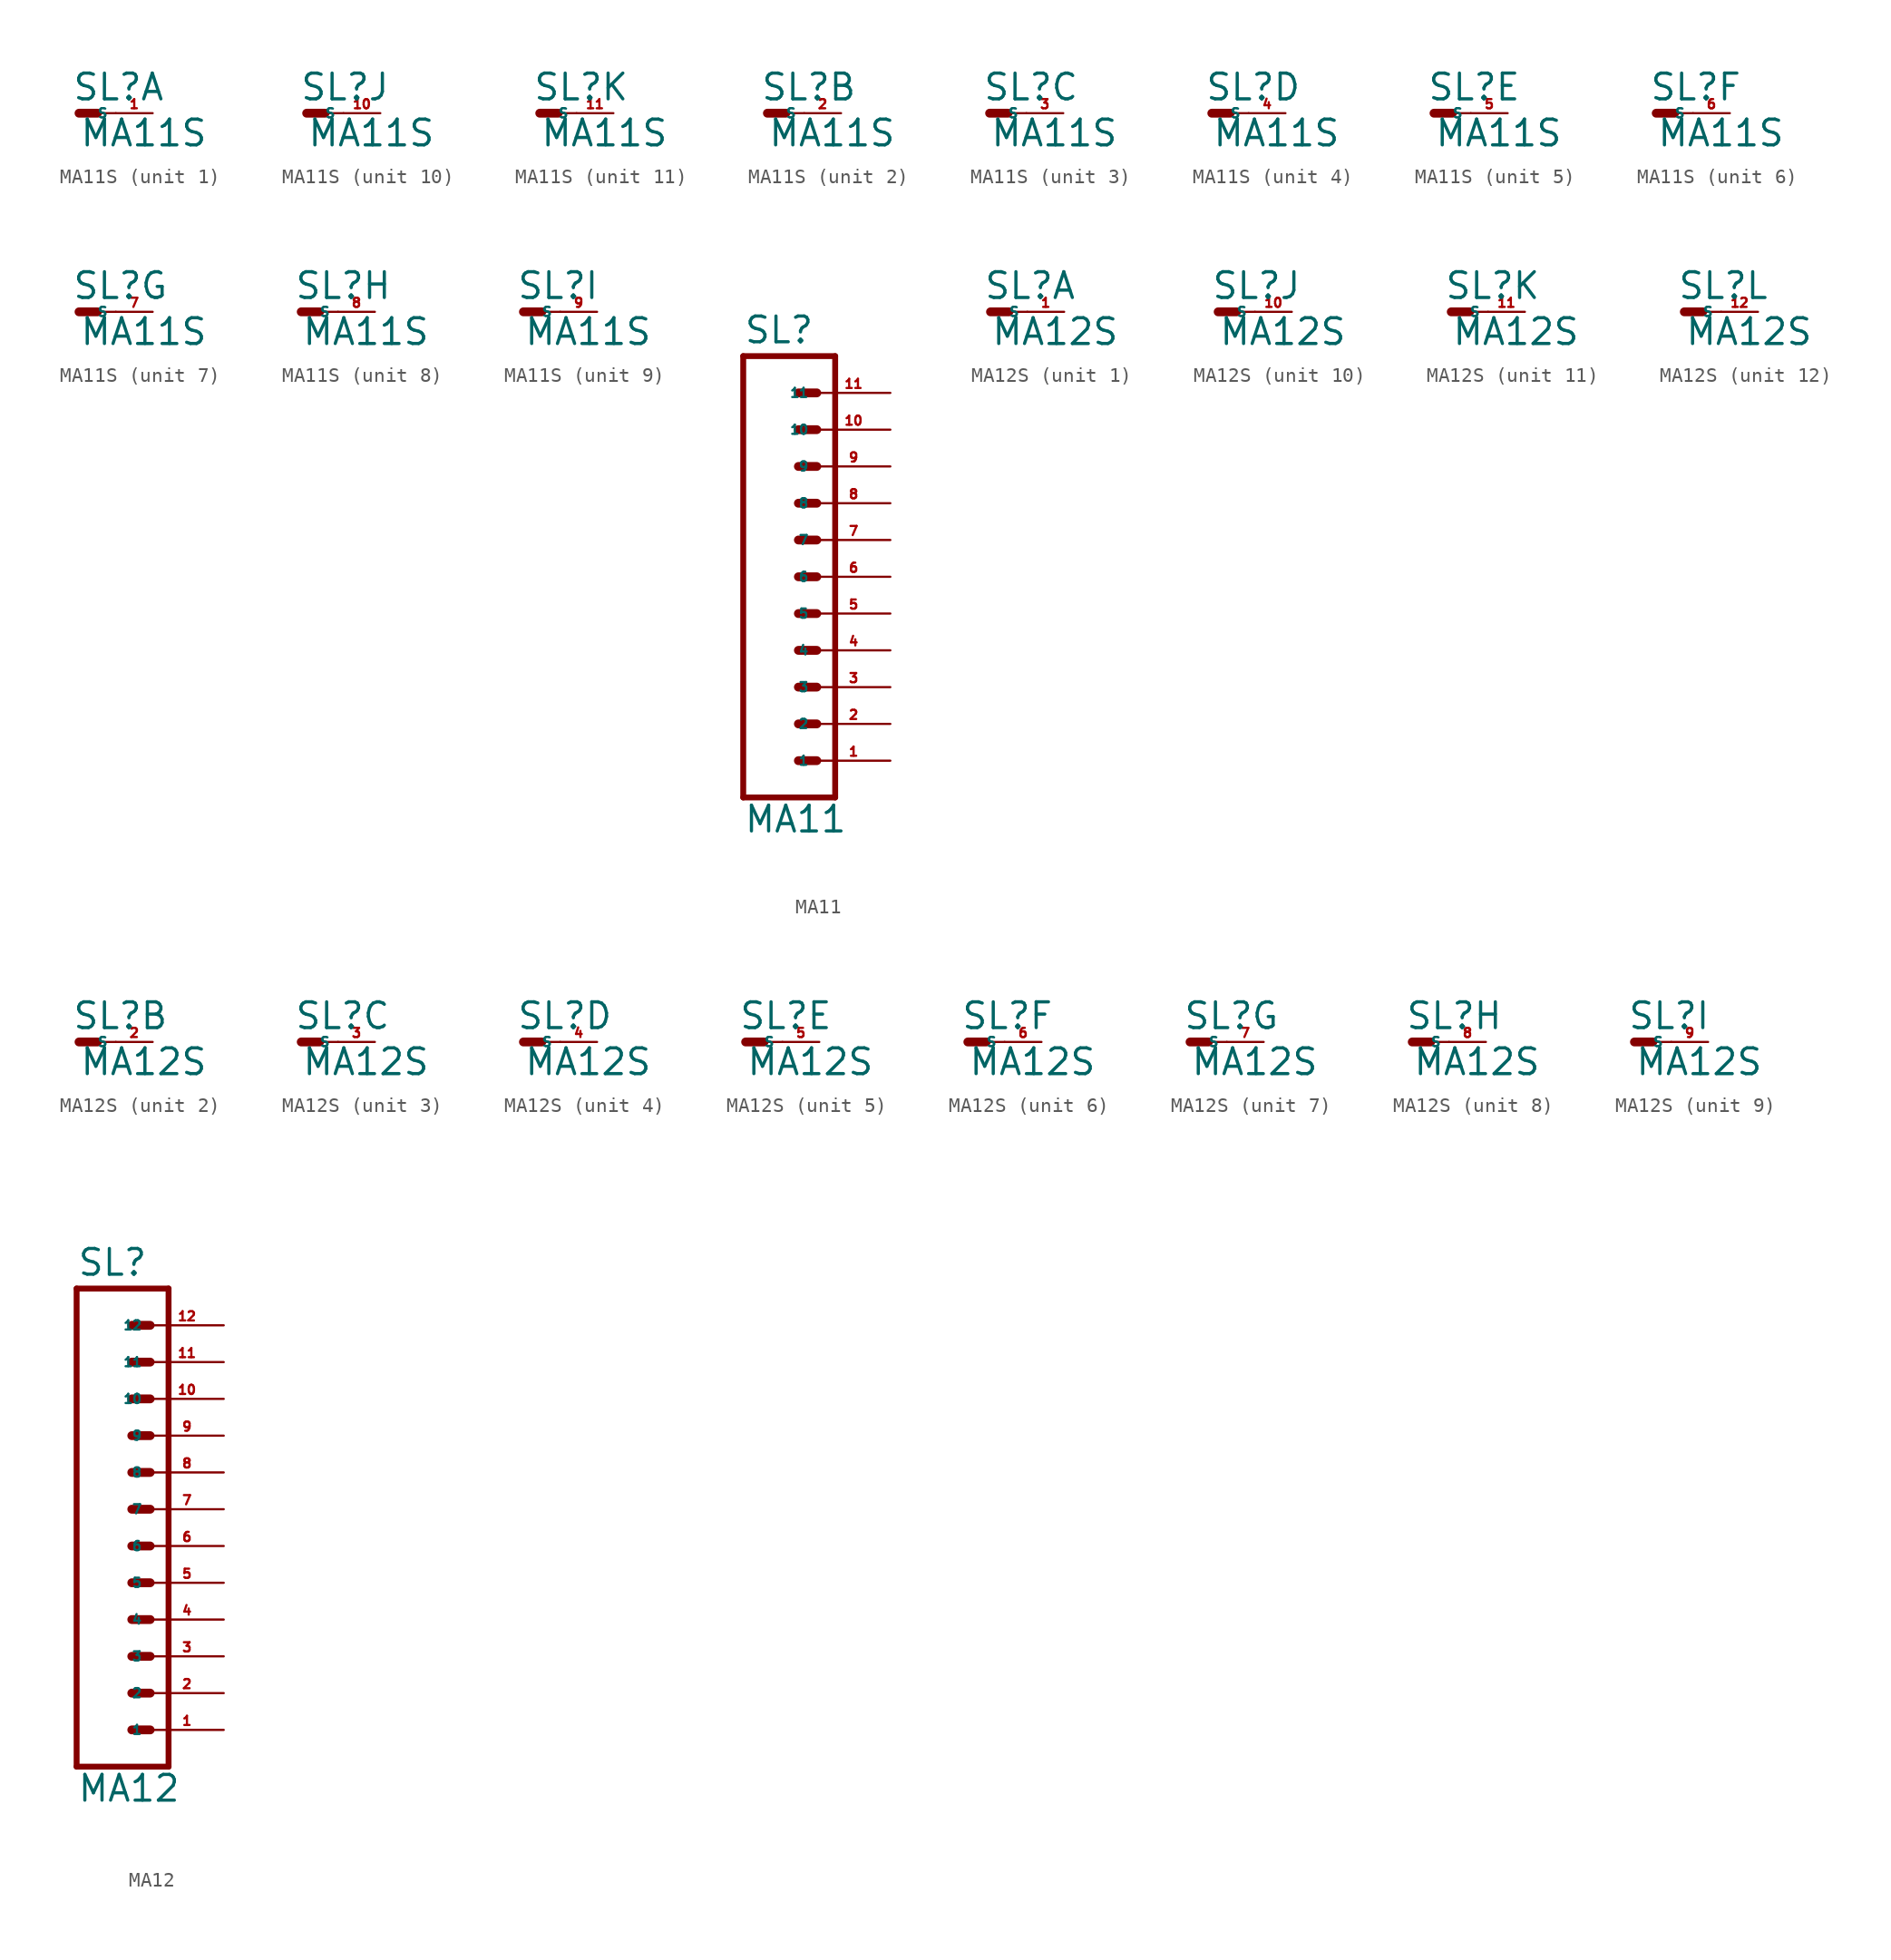
<source format=kicad_sym>
(kicad_symbol_lib
  (version 20220914)
  (generator Eagle2Kicad)
  (symbol "MA11S"
    (property "Reference" "SL"
      (at -0.508 0.762 0)
      (effects (font (size 1.778 1.778) (thickness 0.22)) (justify left bottom)))
    (property "Value" "MA11S"
      (at 0 -2.413 0)
      (effects (font (size 1.778 1.778) (thickness 0.22)) (justify left bottom)))
    (symbol "MA11S_1_0"
      (polyline (pts (xy 0 0) (xy 1.27 0)) (stroke (width 0.61) (type default)) (fill (type none)))
      (polyline (pts (xy 1.27 0) (xy 2.54 0)) (stroke (width 0.152) (type default)) (fill (type none)))
      (pin passive line (at 5.08 0 180) (length 2.54) (name "S" (effects (font (size 0.635 0.635) (thickness 0.08)) (justify left bottom))) (number "1" (effects (font (size 0.635 0.635) (thickness 0.08)) (justify left bottom)))))
    (symbol "MA11S_2_0"
      (polyline (pts (xy 0 0) (xy 1.27 0)) (stroke (width 0.61) (type default)) (fill (type none)))
      (polyline (pts (xy 1.27 0) (xy 2.54 0)) (stroke (width 0.152) (type default)) (fill (type none)))
      (pin passive line (at 5.08 0 180) (length 2.54) (name "S" (effects (font (size 0.635 0.635) (thickness 0.08)) (justify left bottom))) (number "2" (effects (font (size 0.635 0.635) (thickness 0.08)) (justify left bottom)))))
    (symbol "MA11S_3_0"
      (polyline (pts (xy 0 0) (xy 1.27 0)) (stroke (width 0.61) (type default)) (fill (type none)))
      (polyline (pts (xy 1.27 0) (xy 2.54 0)) (stroke (width 0.152) (type default)) (fill (type none)))
      (pin passive line (at 5.08 0 180) (length 2.54) (name "S" (effects (font (size 0.635 0.635) (thickness 0.08)) (justify left bottom))) (number "3" (effects (font (size 0.635 0.635) (thickness 0.08)) (justify left bottom)))))
    (symbol "MA11S_4_0"
      (polyline (pts (xy 0 0) (xy 1.27 0)) (stroke (width 0.61) (type default)) (fill (type none)))
      (polyline (pts (xy 1.27 0) (xy 2.54 0)) (stroke (width 0.152) (type default)) (fill (type none)))
      (pin passive line (at 5.08 0 180) (length 2.54) (name "S" (effects (font (size 0.635 0.635) (thickness 0.08)) (justify left bottom))) (number "4" (effects (font (size 0.635 0.635) (thickness 0.08)) (justify left bottom)))))
    (symbol "MA11S_5_0"
      (polyline (pts (xy 0 0) (xy 1.27 0)) (stroke (width 0.61) (type default)) (fill (type none)))
      (polyline (pts (xy 1.27 0) (xy 2.54 0)) (stroke (width 0.152) (type default)) (fill (type none)))
      (pin passive line (at 5.08 0 180) (length 2.54) (name "S" (effects (font (size 0.635 0.635) (thickness 0.08)) (justify left bottom))) (number "5" (effects (font (size 0.635 0.635) (thickness 0.08)) (justify left bottom)))))
    (symbol "MA11S_6_0"
      (polyline (pts (xy 0 0) (xy 1.27 0)) (stroke (width 0.61) (type default)) (fill (type none)))
      (polyline (pts (xy 1.27 0) (xy 2.54 0)) (stroke (width 0.152) (type default)) (fill (type none)))
      (pin passive line (at 5.08 0 180) (length 2.54) (name "S" (effects (font (size 0.635 0.635) (thickness 0.08)) (justify left bottom))) (number "6" (effects (font (size 0.635 0.635) (thickness 0.08)) (justify left bottom)))))
    (symbol "MA11S_7_0"
      (polyline (pts (xy 0 0) (xy 1.27 0)) (stroke (width 0.61) (type default)) (fill (type none)))
      (polyline (pts (xy 1.27 0) (xy 2.54 0)) (stroke (width 0.152) (type default)) (fill (type none)))
      (pin passive line (at 5.08 0 180) (length 2.54) (name "S" (effects (font (size 0.635 0.635) (thickness 0.08)) (justify left bottom))) (number "7" (effects (font (size 0.635 0.635) (thickness 0.08)) (justify left bottom)))))
    (symbol "MA11S_8_0"
      (polyline (pts (xy 0 0) (xy 1.27 0)) (stroke (width 0.61) (type default)) (fill (type none)))
      (polyline (pts (xy 1.27 0) (xy 2.54 0)) (stroke (width 0.152) (type default)) (fill (type none)))
      (pin passive line (at 5.08 0 180) (length 2.54) (name "S" (effects (font (size 0.635 0.635) (thickness 0.08)) (justify left bottom))) (number "8" (effects (font (size 0.635 0.635) (thickness 0.08)) (justify left bottom)))))
    (symbol "MA11S_9_0"
      (polyline (pts (xy 0 0) (xy 1.27 0)) (stroke (width 0.61) (type default)) (fill (type none)))
      (polyline (pts (xy 1.27 0) (xy 2.54 0)) (stroke (width 0.152) (type default)) (fill (type none)))
      (pin passive line (at 5.08 0 180) (length 2.54) (name "S" (effects (font (size 0.635 0.635) (thickness 0.08)) (justify left bottom))) (number "9" (effects (font (size 0.635 0.635) (thickness 0.08)) (justify left bottom)))))
    (symbol "MA11S_10_0"
      (polyline (pts (xy 0 0) (xy 1.27 0)) (stroke (width 0.61) (type default)) (fill (type none)))
      (polyline (pts (xy 1.27 0) (xy 2.54 0)) (stroke (width 0.152) (type default)) (fill (type none)))
      (pin passive line (at 5.08 0 180) (length 2.54) (name "S" (effects (font (size 0.635 0.635) (thickness 0.08)) (justify left bottom))) (number "10" (effects (font (size 0.635 0.635) (thickness 0.08)) (justify left bottom)))))
    (symbol "MA11S_11_0"
      (polyline (pts (xy 0 0) (xy 1.27 0)) (stroke (width 0.61) (type default)) (fill (type none)))
      (polyline (pts (xy 1.27 0) (xy 2.54 0)) (stroke (width 0.152) (type default)) (fill (type none)))
      (pin passive line (at 5.08 0 180) (length 2.54) (name "S" (effects (font (size 0.635 0.635) (thickness 0.08)) (justify left bottom))) (number "11" (effects (font (size 0.635 0.635) (thickness 0.08)) (justify left bottom))))))
  (symbol "MA11"
    (property "Reference" "SL"
      (at -5.08 16.002 0)
      (effects (font (size 1.778 1.778) (thickness 0.22)) (justify left bottom)))
    (property "Value" "MA11"
      (at -5.08 -17.78 0)
      (effects (font (size 1.778 1.778) (thickness 0.22)) (justify left bottom)))
    (polyline
      (pts (xy 1.27 -15.24) (xy -5.08 -15.24))
      (stroke (width 0.406) (type default))
      (fill (type none)))
    (polyline
      (pts (xy -1.27 -7.62) (xy 0 -7.62))
      (stroke (width 0.61) (type default))
      (fill (type none)))
    (polyline
      (pts (xy -1.27 -10.16) (xy 0 -10.16))
      (stroke (width 0.61) (type default))
      (fill (type none)))
    (polyline
      (pts (xy -1.27 -12.7) (xy 0 -12.7))
      (stroke (width 0.61) (type default))
      (fill (type none)))
    (polyline
      (pts (xy -5.08 15.24) (xy -5.08 -15.24))
      (stroke (width 0.406) (type default))
      (fill (type none)))
    (polyline
      (pts (xy 1.27 -15.24) (xy 1.27 15.24))
      (stroke (width 0.406) (type default))
      (fill (type none)))
    (polyline
      (pts (xy -5.08 15.24) (xy 1.27 15.24))
      (stroke (width 0.406) (type default))
      (fill (type none)))
    (polyline
      (pts (xy -1.27 -2.54) (xy 0 -2.54))
      (stroke (width 0.61) (type default))
      (fill (type none)))
    (polyline
      (pts (xy -1.27 -5.08) (xy 0 -5.08))
      (stroke (width 0.61) (type default))
      (fill (type none)))
    (polyline
      (pts (xy -1.27 0) (xy 0 0))
      (stroke (width 0.61) (type default))
      (fill (type none)))
    (polyline
      (pts (xy -1.27 2.54) (xy 0 2.54))
      (stroke (width 0.61) (type default))
      (fill (type none)))
    (polyline
      (pts (xy -1.27 5.08) (xy 0 5.08))
      (stroke (width 0.61) (type default))
      (fill (type none)))
    (polyline
      (pts (xy -1.27 7.62) (xy 0 7.62))
      (stroke (width 0.61) (type default))
      (fill (type none)))
    (polyline
      (pts (xy -1.27 10.16) (xy 0 10.16))
      (stroke (width 0.61) (type default))
      (fill (type none)))
    (polyline
      (pts (xy -1.27 12.7) (xy 0 12.7))
      (stroke (width 0.61) (type default))
      (fill (type none)))
    (pin passive line
      (at 5.08 -12.7 180)
      (length 5.08)
      (name "1" (effects (font (size 0.635 0.635) (thickness 0.08)) (justify left bottom)))
      (number "1" (effects (font (size 0.635 0.635) (thickness 0.08)) (justify left bottom))))
    (pin passive line
      (at 5.08 -10.16 180)
      (length 5.08)
      (name "2" (effects (font (size 0.635 0.635) (thickness 0.08)) (justify left bottom)))
      (number "2" (effects (font (size 0.635 0.635) (thickness 0.08)) (justify left bottom))))
    (pin passive line
      (at 5.08 -7.62 180)
      (length 5.08)
      (name "3" (effects (font (size 0.635 0.635) (thickness 0.08)) (justify left bottom)))
      (number "3" (effects (font (size 0.635 0.635) (thickness 0.08)) (justify left bottom))))
    (pin passive line
      (at 5.08 -5.08 180)
      (length 5.08)
      (name "4" (effects (font (size 0.635 0.635) (thickness 0.08)) (justify left bottom)))
      (number "4" (effects (font (size 0.635 0.635) (thickness 0.08)) (justify left bottom))))
    (pin passive line
      (at 5.08 -2.54 180)
      (length 5.08)
      (name "5" (effects (font (size 0.635 0.635) (thickness 0.08)) (justify left bottom)))
      (number "5" (effects (font (size 0.635 0.635) (thickness 0.08)) (justify left bottom))))
    (pin passive line
      (at 5.08 0 180)
      (length 5.08)
      (name "6" (effects (font (size 0.635 0.635) (thickness 0.08)) (justify left bottom)))
      (number "6" (effects (font (size 0.635 0.635) (thickness 0.08)) (justify left bottom))))
    (pin passive line
      (at 5.08 2.54 180)
      (length 5.08)
      (name "7" (effects (font (size 0.635 0.635) (thickness 0.08)) (justify left bottom)))
      (number "7" (effects (font (size 0.635 0.635) (thickness 0.08)) (justify left bottom))))
    (pin passive line
      (at 5.08 5.08 180)
      (length 5.08)
      (name "8" (effects (font (size 0.635 0.635) (thickness 0.08)) (justify left bottom)))
      (number "8" (effects (font (size 0.635 0.635) (thickness 0.08)) (justify left bottom))))
    (pin passive line
      (at 5.08 7.62 180)
      (length 5.08)
      (name "9" (effects (font (size 0.635 0.635) (thickness 0.08)) (justify left bottom)))
      (number "9" (effects (font (size 0.635 0.635) (thickness 0.08)) (justify left bottom))))
    (pin passive line
      (at 5.08 10.16 180)
      (length 5.08)
      (name "10" (effects (font (size 0.635 0.635) (thickness 0.08)) (justify left bottom)))
      (number "10" (effects (font (size 0.635 0.635) (thickness 0.08)) (justify left bottom))))
    (pin passive line
      (at 5.08 12.7 180)
      (length 5.08)
      (name "11" (effects (font (size 0.635 0.635) (thickness 0.08)) (justify left bottom)))
      (number "11" (effects (font (size 0.635 0.635) (thickness 0.08)) (justify left bottom)))))
  (symbol "MA12S"
    (property "Reference" "SL"
      (at -0.508 0.762 0)
      (effects (font (size 1.778 1.778) (thickness 0.22)) (justify left bottom)))
    (property "Value" "MA12S"
      (at 0 -2.413 0)
      (effects (font (size 1.778 1.778) (thickness 0.22)) (justify left bottom)))
    (symbol "MA12S_1_0"
      (polyline (pts (xy 0 0) (xy 1.27 0)) (stroke (width 0.61) (type default)) (fill (type none)))
      (polyline (pts (xy 1.27 0) (xy 2.54 0)) (stroke (width 0.152) (type default)) (fill (type none)))
      (pin passive line (at 5.08 0 180) (length 2.54) (name "S" (effects (font (size 0.635 0.635) (thickness 0.08)) (justify left bottom))) (number "1" (effects (font (size 0.635 0.635) (thickness 0.08)) (justify left bottom)))))
    (symbol "MA12S_2_0"
      (polyline (pts (xy 0 0) (xy 1.27 0)) (stroke (width 0.61) (type default)) (fill (type none)))
      (polyline (pts (xy 1.27 0) (xy 2.54 0)) (stroke (width 0.152) (type default)) (fill (type none)))
      (pin passive line (at 5.08 0 180) (length 2.54) (name "S" (effects (font (size 0.635 0.635) (thickness 0.08)) (justify left bottom))) (number "2" (effects (font (size 0.635 0.635) (thickness 0.08)) (justify left bottom)))))
    (symbol "MA12S_3_0"
      (polyline (pts (xy 0 0) (xy 1.27 0)) (stroke (width 0.61) (type default)) (fill (type none)))
      (polyline (pts (xy 1.27 0) (xy 2.54 0)) (stroke (width 0.152) (type default)) (fill (type none)))
      (pin passive line (at 5.08 0 180) (length 2.54) (name "S" (effects (font (size 0.635 0.635) (thickness 0.08)) (justify left bottom))) (number "3" (effects (font (size 0.635 0.635) (thickness 0.08)) (justify left bottom)))))
    (symbol "MA12S_4_0"
      (polyline (pts (xy 0 0) (xy 1.27 0)) (stroke (width 0.61) (type default)) (fill (type none)))
      (polyline (pts (xy 1.27 0) (xy 2.54 0)) (stroke (width 0.152) (type default)) (fill (type none)))
      (pin passive line (at 5.08 0 180) (length 2.54) (name "S" (effects (font (size 0.635 0.635) (thickness 0.08)) (justify left bottom))) (number "4" (effects (font (size 0.635 0.635) (thickness 0.08)) (justify left bottom)))))
    (symbol "MA12S_5_0"
      (polyline (pts (xy 0 0) (xy 1.27 0)) (stroke (width 0.61) (type default)) (fill (type none)))
      (polyline (pts (xy 1.27 0) (xy 2.54 0)) (stroke (width 0.152) (type default)) (fill (type none)))
      (pin passive line (at 5.08 0 180) (length 2.54) (name "S" (effects (font (size 0.635 0.635) (thickness 0.08)) (justify left bottom))) (number "5" (effects (font (size 0.635 0.635) (thickness 0.08)) (justify left bottom)))))
    (symbol "MA12S_6_0"
      (polyline (pts (xy 0 0) (xy 1.27 0)) (stroke (width 0.61) (type default)) (fill (type none)))
      (polyline (pts (xy 1.27 0) (xy 2.54 0)) (stroke (width 0.152) (type default)) (fill (type none)))
      (pin passive line (at 5.08 0 180) (length 2.54) (name "S" (effects (font (size 0.635 0.635) (thickness 0.08)) (justify left bottom))) (number "6" (effects (font (size 0.635 0.635) (thickness 0.08)) (justify left bottom)))))
    (symbol "MA12S_7_0"
      (polyline (pts (xy 0 0) (xy 1.27 0)) (stroke (width 0.61) (type default)) (fill (type none)))
      (polyline (pts (xy 1.27 0) (xy 2.54 0)) (stroke (width 0.152) (type default)) (fill (type none)))
      (pin passive line (at 5.08 0 180) (length 2.54) (name "S" (effects (font (size 0.635 0.635) (thickness 0.08)) (justify left bottom))) (number "7" (effects (font (size 0.635 0.635) (thickness 0.08)) (justify left bottom)))))
    (symbol "MA12S_8_0"
      (polyline (pts (xy 0 0) (xy 1.27 0)) (stroke (width 0.61) (type default)) (fill (type none)))
      (polyline (pts (xy 1.27 0) (xy 2.54 0)) (stroke (width 0.152) (type default)) (fill (type none)))
      (pin passive line (at 5.08 0 180) (length 2.54) (name "S" (effects (font (size 0.635 0.635) (thickness 0.08)) (justify left bottom))) (number "8" (effects (font (size 0.635 0.635) (thickness 0.08)) (justify left bottom)))))
    (symbol "MA12S_9_0"
      (polyline (pts (xy 0 0) (xy 1.27 0)) (stroke (width 0.61) (type default)) (fill (type none)))
      (polyline (pts (xy 1.27 0) (xy 2.54 0)) (stroke (width 0.152) (type default)) (fill (type none)))
      (pin passive line (at 5.08 0 180) (length 2.54) (name "S" (effects (font (size 0.635 0.635) (thickness 0.08)) (justify left bottom))) (number "9" (effects (font (size 0.635 0.635) (thickness 0.08)) (justify left bottom)))))
    (symbol "MA12S_10_0"
      (polyline (pts (xy 0 0) (xy 1.27 0)) (stroke (width 0.61) (type default)) (fill (type none)))
      (polyline (pts (xy 1.27 0) (xy 2.54 0)) (stroke (width 0.152) (type default)) (fill (type none)))
      (pin passive line (at 5.08 0 180) (length 2.54) (name "S" (effects (font (size 0.635 0.635) (thickness 0.08)) (justify left bottom))) (number "10" (effects (font (size 0.635 0.635) (thickness 0.08)) (justify left bottom)))))
    (symbol "MA12S_11_0"
      (polyline (pts (xy 0 0) (xy 1.27 0)) (stroke (width 0.61) (type default)) (fill (type none)))
      (polyline (pts (xy 1.27 0) (xy 2.54 0)) (stroke (width 0.152) (type default)) (fill (type none)))
      (pin passive line (at 5.08 0 180) (length 2.54) (name "S" (effects (font (size 0.635 0.635) (thickness 0.08)) (justify left bottom))) (number "11" (effects (font (size 0.635 0.635) (thickness 0.08)) (justify left bottom)))))
    (symbol "MA12S_12_0"
      (polyline (pts (xy 0 0) (xy 1.27 0)) (stroke (width 0.61) (type default)) (fill (type none)))
      (polyline (pts (xy 1.27 0) (xy 2.54 0)) (stroke (width 0.152) (type default)) (fill (type none)))
      (pin passive line (at 5.08 0 180) (length 2.54) (name "S" (effects (font (size 0.635 0.635) (thickness 0.08)) (justify left bottom))) (number "12" (effects (font (size 0.635 0.635) (thickness 0.08)) (justify left bottom))))))
  (symbol "MA12"
    (property "Reference" "SL"
      (at -5.08 16.002 0)
      (effects (font (size 1.778 1.778) (thickness 0.22)) (justify left bottom)))
    (property "Value" "MA12"
      (at -5.08 -20.32 0)
      (effects (font (size 1.778 1.778) (thickness 0.22)) (justify left bottom)))
    (polyline
      (pts (xy 1.27 -17.78) (xy -5.08 -17.78))
      (stroke (width 0.406) (type default))
      (fill (type none)))
    (polyline
      (pts (xy -1.27 -10.16) (xy 0 -10.16))
      (stroke (width 0.61) (type default))
      (fill (type none)))
    (polyline
      (pts (xy -1.27 -12.7) (xy 0 -12.7))
      (stroke (width 0.61) (type default))
      (fill (type none)))
    (polyline
      (pts (xy -1.27 -15.24) (xy 0 -15.24))
      (stroke (width 0.61) (type default))
      (fill (type none)))
    (polyline
      (pts (xy -5.08 15.24) (xy -5.08 -17.78))
      (stroke (width 0.406) (type default))
      (fill (type none)))
    (polyline
      (pts (xy 1.27 -17.78) (xy 1.27 15.24))
      (stroke (width 0.406) (type default))
      (fill (type none)))
    (polyline
      (pts (xy -5.08 15.24) (xy 1.27 15.24))
      (stroke (width 0.406) (type default))
      (fill (type none)))
    (polyline
      (pts (xy -1.27 -5.08) (xy 0 -5.08))
      (stroke (width 0.61) (type default))
      (fill (type none)))
    (polyline
      (pts (xy -1.27 -7.62) (xy 0 -7.62))
      (stroke (width 0.61) (type default))
      (fill (type none)))
    (polyline
      (pts (xy -1.27 -2.54) (xy 0 -2.54))
      (stroke (width 0.61) (type default))
      (fill (type none)))
    (polyline
      (pts (xy -1.27 0) (xy 0 0))
      (stroke (width 0.61) (type default))
      (fill (type none)))
    (polyline
      (pts (xy -1.27 2.54) (xy 0 2.54))
      (stroke (width 0.61) (type default))
      (fill (type none)))
    (polyline
      (pts (xy -1.27 5.08) (xy 0 5.08))
      (stroke (width 0.61) (type default))
      (fill (type none)))
    (polyline
      (pts (xy -1.27 7.62) (xy 0 7.62))
      (stroke (width 0.61) (type default))
      (fill (type none)))
    (polyline
      (pts (xy -1.27 10.16) (xy 0 10.16))
      (stroke (width 0.61) (type default))
      (fill (type none)))
    (polyline
      (pts (xy -1.27 12.7) (xy 0 12.7))
      (stroke (width 0.61) (type default))
      (fill (type none)))
    (pin passive line
      (at 5.08 -15.24 180)
      (length 5.08)
      (name "1" (effects (font (size 0.635 0.635) (thickness 0.08)) (justify left bottom)))
      (number "1" (effects (font (size 0.635 0.635) (thickness 0.08)) (justify left bottom))))
    (pin passive line
      (at 5.08 -12.7 180)
      (length 5.08)
      (name "2" (effects (font (size 0.635 0.635) (thickness 0.08)) (justify left bottom)))
      (number "2" (effects (font (size 0.635 0.635) (thickness 0.08)) (justify left bottom))))
    (pin passive line
      (at 5.08 -10.16 180)
      (length 5.08)
      (name "3" (effects (font (size 0.635 0.635) (thickness 0.08)) (justify left bottom)))
      (number "3" (effects (font (size 0.635 0.635) (thickness 0.08)) (justify left bottom))))
    (pin passive line
      (at 5.08 -7.62 180)
      (length 5.08)
      (name "4" (effects (font (size 0.635 0.635) (thickness 0.08)) (justify left bottom)))
      (number "4" (effects (font (size 0.635 0.635) (thickness 0.08)) (justify left bottom))))
    (pin passive line
      (at 5.08 -5.08 180)
      (length 5.08)
      (name "5" (effects (font (size 0.635 0.635) (thickness 0.08)) (justify left bottom)))
      (number "5" (effects (font (size 0.635 0.635) (thickness 0.08)) (justify left bottom))))
    (pin passive line
      (at 5.08 -2.54 180)
      (length 5.08)
      (name "6" (effects (font (size 0.635 0.635) (thickness 0.08)) (justify left bottom)))
      (number "6" (effects (font (size 0.635 0.635) (thickness 0.08)) (justify left bottom))))
    (pin passive line
      (at 5.08 0 180)
      (length 5.08)
      (name "7" (effects (font (size 0.635 0.635) (thickness 0.08)) (justify left bottom)))
      (number "7" (effects (font (size 0.635 0.635) (thickness 0.08)) (justify left bottom))))
    (pin passive line
      (at 5.08 2.54 180)
      (length 5.08)
      (name "8" (effects (font (size 0.635 0.635) (thickness 0.08)) (justify left bottom)))
      (number "8" (effects (font (size 0.635 0.635) (thickness 0.08)) (justify left bottom))))
    (pin passive line
      (at 5.08 5.08 180)
      (length 5.08)
      (name "9" (effects (font (size 0.635 0.635) (thickness 0.08)) (justify left bottom)))
      (number "9" (effects (font (size 0.635 0.635) (thickness 0.08)) (justify left bottom))))
    (pin passive line
      (at 5.08 7.62 180)
      (length 5.08)
      (name "10" (effects (font (size 0.635 0.635) (thickness 0.08)) (justify left bottom)))
      (number "10" (effects (font (size 0.635 0.635) (thickness 0.08)) (justify left bottom))))
    (pin passive line
      (at 5.08 10.16 180)
      (length 5.08)
      (name "11" (effects (font (size 0.635 0.635) (thickness 0.08)) (justify left bottom)))
      (number "11" (effects (font (size 0.635 0.635) (thickness 0.08)) (justify left bottom))))
    (pin passive line
      (at 5.08 12.7 180)
      (length 5.08)
      (name "12" (effects (font (size 0.635 0.635) (thickness 0.08)) (justify left bottom)))
      (number "12" (effects (font (size 0.635 0.635) (thickness 0.08)) (justify left bottom))))))
</source>
